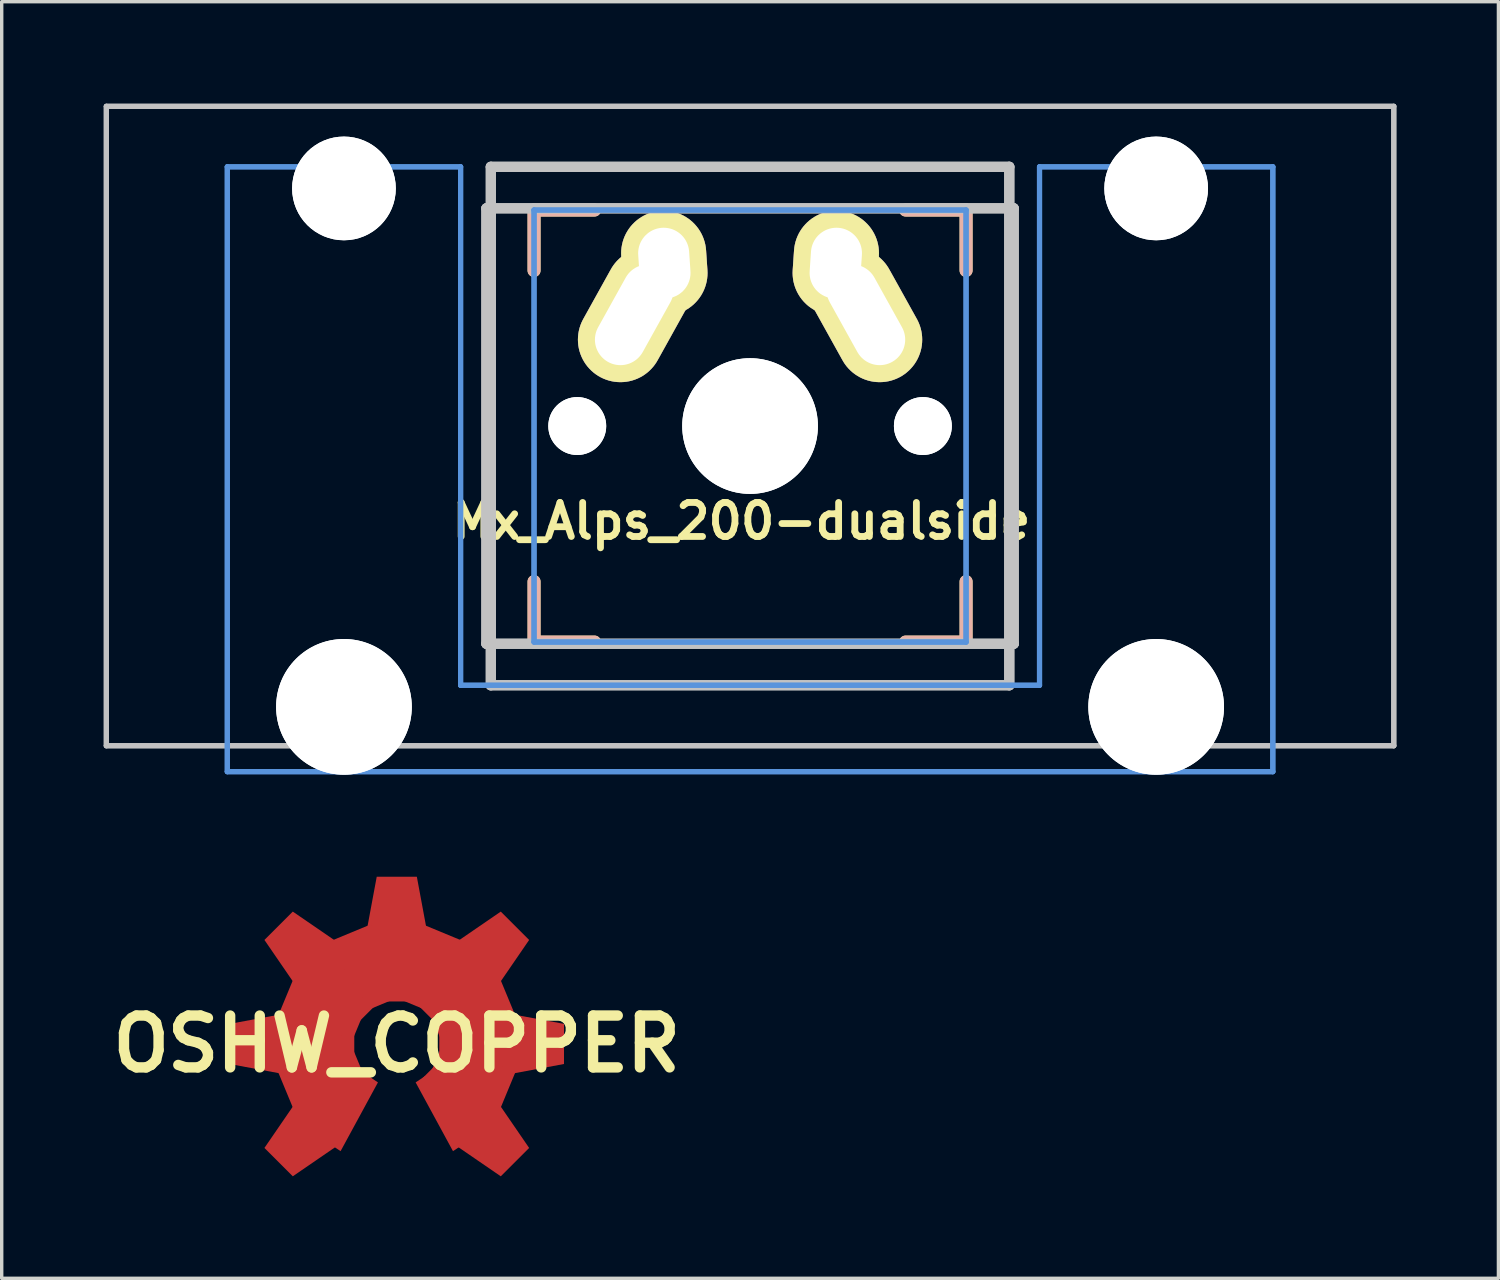
<source format=kicad_pcb>
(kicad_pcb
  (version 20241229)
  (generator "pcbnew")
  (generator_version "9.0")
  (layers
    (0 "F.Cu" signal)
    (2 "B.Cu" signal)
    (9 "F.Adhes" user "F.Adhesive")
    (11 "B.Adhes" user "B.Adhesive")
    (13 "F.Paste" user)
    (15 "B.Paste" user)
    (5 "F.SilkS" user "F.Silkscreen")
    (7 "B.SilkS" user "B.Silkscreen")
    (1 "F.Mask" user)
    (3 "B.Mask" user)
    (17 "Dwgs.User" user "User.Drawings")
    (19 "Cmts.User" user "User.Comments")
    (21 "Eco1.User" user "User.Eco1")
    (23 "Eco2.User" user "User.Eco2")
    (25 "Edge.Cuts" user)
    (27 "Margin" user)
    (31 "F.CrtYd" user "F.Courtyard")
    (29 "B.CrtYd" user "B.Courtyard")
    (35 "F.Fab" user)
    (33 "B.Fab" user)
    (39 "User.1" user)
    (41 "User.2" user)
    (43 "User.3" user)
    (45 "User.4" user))
  (footprint "Mx_Alps_200-dualside"
    (layer "F.Cu")
    (at 18.999 9.474)
    (property "Reference" "Mx_Alps_200-dualside" (at -0.254 2.794 0) (layer "F.SilkS") (effects (font (size 1 1) (thickness 0.2))))
    (attr through_hole)
    (fp_line (start -6.35 -6.35) (end -4.572 -6.35) (stroke (width 0.381) (type solid)) (layer "F.SilkS"))
    (fp_line (start -6.35 -4.572) (end -6.35 -6.35) (stroke (width 0.381) (type solid)) (layer "F.SilkS"))
    (fp_line (start -6.35 6.35) (end -6.35 4.572) (stroke (width 0.381) (type solid)) (layer "F.SilkS"))
    (fp_line (start -4.572 6.35) (end -6.35 6.35) (stroke (width 0.381) (type solid)) (layer "F.SilkS"))
    (fp_line (start 4.572 -6.35) (end 6.35 -6.35) (stroke (width 0.381) (type solid)) (layer "F.SilkS"))
    (fp_line (start 6.35 -6.35) (end 6.35 -4.572) (stroke (width 0.381) (type solid)) (layer "F.SilkS"))
    (fp_line (start 6.35 4.572) (end 6.35 6.35) (stroke (width 0.381) (type solid)) (layer "F.SilkS"))
    (fp_line (start 6.35 6.35) (end 4.572 6.35) (stroke (width 0.381) (type solid)) (layer "F.SilkS"))
    (fp_line (start -6.35 -6.35) (end -6.35 -4.572) (stroke (width 0.381) (type solid)) (layer "B.SilkS"))
    (fp_line (start -6.35 4.572) (end -6.35 6.35) (stroke (width 0.381) (type solid)) (layer "B.SilkS"))
    (fp_line (start -6.35 6.35) (end -4.572 6.35) (stroke (width 0.381) (type solid)) (layer "B.SilkS"))
    (fp_line (start -4.572 -6.35) (end -6.35 -6.35) (stroke (width 0.381) (type solid)) (layer "B.SilkS"))
    (fp_line (start 4.572 6.35) (end 6.35 6.35) (stroke (width 0.381) (type solid)) (layer "B.SilkS"))
    (fp_line (start 6.35 -6.35) (end 4.572 -6.35) (stroke (width 0.381) (type solid)) (layer "B.SilkS"))
    (fp_line (start 6.35 -4.572) (end 6.35 -6.35) (stroke (width 0.381) (type solid)) (layer "B.SilkS"))
    (fp_line (start 6.35 6.35) (end 6.35 4.572) (stroke (width 0.381) (type solid)) (layer "B.SilkS"))
    (fp_line (start -18.923 -9.398) (end -18.923 9.398) (stroke (width 0.152) (type solid)) (layer "Dwgs.User"))
    (fp_line (start -18.923 -9.398) (end 18.923 -9.398) (stroke (width 0.152) (type solid)) (layer "Dwgs.User"))
    (fp_line (start -18.923 9.398) (end -18.923 -9.398) (stroke (width 0.152) (type solid)) (layer "Dwgs.User"))
    (fp_line (start -18.923 9.398) (end 18.923 9.398) (stroke (width 0.152) (type solid)) (layer "Dwgs.User"))
    (fp_line (start -7.75 -6.4) (end 7.75 -6.4) (stroke (width 0.3) (type solid)) (layer "Dwgs.User"))
    (fp_line (start -7.75 6.4) (end -7.75 -6.4) (stroke (width 0.3) (type solid)) (layer "Dwgs.User"))
    (fp_line (start -7.75 6.4) (end -7.75 -6.4) (stroke (width 0.3) (type solid)) (layer "Dwgs.User"))
    (fp_line (start -7.75 6.4) (end 7.75 6.4) (stroke (width 0.3) (type solid)) (layer "Dwgs.User"))
    (fp_line (start -7.62 -7.62) (end -7.62 7.62) (stroke (width 0.3) (type solid)) (layer "Dwgs.User"))
    (fp_line (start -7.62 -7.62) (end 7.62 -7.62) (stroke (width 0.3) (type solid)) (layer "Dwgs.User"))
    (fp_line (start -7.62 7.62) (end -7.62 -7.62) (stroke (width 0.3) (type solid)) (layer "Dwgs.User"))
    (fp_line (start -7.62 7.62) (end 7.62 7.62) (stroke (width 0.3) (type solid)) (layer "Dwgs.User"))
    (fp_line (start 7.62 -7.62) (end -7.62 -7.62) (stroke (width 0.3) (type solid)) (layer "Dwgs.User"))
    (fp_line (start 7.62 -7.62) (end 7.62 7.62) (stroke (width 0.3) (type solid)) (layer "Dwgs.User"))
    (fp_line (start 7.62 7.62) (end -7.62 7.62) (stroke (width 0.3) (type solid)) (layer "Dwgs.User"))
    (fp_line (start 7.62 7.62) (end 7.62 -7.62) (stroke (width 0.3) (type solid)) (layer "Dwgs.User"))
    (fp_line (start 7.75 -6.4) (end -7.75 -6.4) (stroke (width 0.3) (type solid)) (layer "Dwgs.User"))
    (fp_line (start 7.75 6.4) (end -7.75 6.4) (stroke (width 0.3) (type solid)) (layer "Dwgs.User"))
    (fp_line (start 7.75 6.4) (end 7.75 -6.4) (stroke (width 0.3) (type solid)) (layer "Dwgs.User"))
    (fp_line (start 7.75 6.4) (end 7.75 -6.4) (stroke (width 0.3) (type solid)) (layer "Dwgs.User"))
    (fp_line (start 18.923 -9.398) (end -18.923 -9.398) (stroke (width 0.152) (type solid)) (layer "Dwgs.User"))
    (fp_line (start 18.923 -9.398) (end 18.923 9.398) (stroke (width 0.152) (type solid)) (layer "Dwgs.User"))
    (fp_line (start 18.923 9.398) (end -18.923 9.398) (stroke (width 0.152) (type solid)) (layer "Dwgs.User"))
    (fp_line (start 18.923 9.398) (end 18.923 -9.398) (stroke (width 0.152) (type solid)) (layer "Dwgs.User"))
    (fp_line (start -15.367 -7.62) (end -15.367 10.16) (stroke (width 0.152) (type solid)) (layer "Cmts.User"))
    (fp_line (start -15.367 -7.62) (end -8.509 -7.62) (stroke (width 0.152) (type solid)) (layer "Cmts.User"))
    (fp_line (start -15.367 10.16) (end -15.367 -7.62) (stroke (width 0.152) (type solid)) (layer "Cmts.User"))
    (fp_line (start -15.367 10.16) (end 15.367 10.16) (stroke (width 0.152) (type solid)) (layer "Cmts.User"))
    (fp_line (start -8.509 -7.62) (end -15.367 -7.62) (stroke (width 0.152) (type solid)) (layer "Cmts.User"))
    (fp_line (start -8.509 -7.62) (end -8.509 7.62) (stroke (width 0.152) (type solid)) (layer "Cmts.User"))
    (fp_line (start -8.509 7.62) (end -8.509 -7.62) (stroke (width 0.152) (type solid)) (layer "Cmts.User"))
    (fp_line (start -8.509 7.62) (end 8.509 7.62) (stroke (width 0.152) (type solid)) (layer "Cmts.User"))
    (fp_line (start -6.35 -6.35) (end -6.35 6.35) (stroke (width 0.152) (type solid)) (layer "Cmts.User"))
    (fp_line (start -6.35 -6.35) (end 6.35 -6.35) (stroke (width 0.152) (type solid)) (layer "Cmts.User"))
    (fp_line (start -6.35 6.35) (end -6.35 -6.35) (stroke (width 0.152) (type solid)) (layer "Cmts.User"))
    (fp_line (start -6.35 6.35) (end 6.35 6.35) (stroke (width 0.152) (type solid)) (layer "Cmts.User"))
    (fp_line (start 6.35 -6.35) (end -6.35 -6.35) (stroke (width 0.152) (type solid)) (layer "Cmts.User"))
    (fp_line (start 6.35 -6.35) (end 6.35 6.35) (stroke (width 0.152) (type solid)) (layer "Cmts.User"))
    (fp_line (start 6.35 6.35) (end -6.35 6.35) (stroke (width 0.152) (type solid)) (layer "Cmts.User"))
    (fp_line (start 6.35 6.35) (end 6.35 -6.35) (stroke (width 0.152) (type solid)) (layer "Cmts.User"))
    (fp_line (start 8.509 -7.62) (end 8.509 7.62) (stroke (width 0.152) (type solid)) (layer "Cmts.User"))
    (fp_line (start 8.509 -7.62) (end 15.367 -7.62) (stroke (width 0.152) (type solid)) (layer "Cmts.User"))
    (fp_line (start 8.509 7.62) (end -8.509 7.62) (stroke (width 0.152) (type solid)) (layer "Cmts.User"))
    (fp_line (start 8.509 7.62) (end 8.509 -7.62) (stroke (width 0.152) (type solid)) (layer "Cmts.User"))
    (fp_line (start 15.367 -7.62) (end 8.509 -7.62) (stroke (width 0.152) (type solid)) (layer "Cmts.User"))
    (fp_line (start 15.367 -7.62) (end 15.367 10.16) (stroke (width 0.152) (type solid)) (layer "Cmts.User"))
    (fp_line (start 15.367 10.16) (end -15.367 10.16) (stroke (width 0.152) (type solid)) (layer "Cmts.User"))
    (fp_line (start 15.367 10.16) (end 15.367 -7.62) (stroke (width 0.152) (type solid)) (layer "Cmts.User"))
    (fp_line (start -16.129 -2.286) (end -16.129 0.508) (stroke (width 0.152) (type solid)) (layer "Eco2.User"))
    (fp_line (start -16.129 -2.286) (end -15.265 -2.286) (stroke (width 0.152) (type solid)) (layer "Eco2.User"))
    (fp_line (start -16.129 0.508) (end -16.129 -2.286) (stroke (width 0.152) (type solid)) (layer "Eco2.User"))
    (fp_line (start -16.129 0.508) (end -15.265 0.508) (stroke (width 0.152) (type solid)) (layer "Eco2.User"))
    (fp_line (start -15.265 -5.69) (end -15.265 -2.286) (stroke (width 0.152) (type solid)) (layer "Eco2.User"))
    (fp_line (start -15.265 -5.69) (end -8.611 -5.69) (stroke (width 0.152) (type solid)) (layer "Eco2.User"))
    (fp_line (start -15.265 -2.286) (end -16.129 -2.286) (stroke (width 0.152) (type solid)) (layer "Eco2.User"))
    (fp_line (start -15.265 -2.286) (end -15.265 -5.69) (stroke (width 0.152) (type solid)) (layer "Eco2.User"))
    (fp_line (start -15.265 0.508) (end -16.129 0.508) (stroke (width 0.152) (type solid)) (layer "Eco2.User"))
    (fp_line (start -15.265 0.508) (end -15.265 6.604) (stroke (width 0.152) (type solid)) (layer "Eco2.User"))
    (fp_line (start -15.265 6.604) (end -15.265 0.508) (stroke (width 0.152) (type solid)) (layer "Eco2.User"))
    (fp_line (start -15.265 6.604) (end -14.224 6.604) (stroke (width 0.152) (type solid)) (layer "Eco2.User"))
    (fp_line (start -14.224 6.604) (end -15.265 6.604) (stroke (width 0.152) (type solid)) (layer "Eco2.User"))
    (fp_line (start -14.224 6.604) (end -14.224 7.772) (stroke (width 0.152) (type solid)) (layer "Eco2.User"))
    (fp_line (start -14.224 7.772) (end -14.224 6.604) (stroke (width 0.152) (type solid)) (layer "Eco2.User"))
    (fp_line (start -14.224 7.772) (end -9.652 7.772) (stroke (width 0.152) (type solid)) (layer "Eco2.User"))
    (fp_line (start -9.652 6.604) (end -9.652 7.772) (stroke (width 0.152) (type solid)) (layer "Eco2.User"))
    (fp_line (start -9.652 6.604) (end -8.611 6.604) (stroke (width 0.152) (type solid)) (layer "Eco2.User"))
    (fp_line (start -9.652 7.772) (end -14.224 7.772) (stroke (width 0.152) (type solid)) (layer "Eco2.User"))
    (fp_line (start -9.652 7.772) (end -9.652 6.604) (stroke (width 0.152) (type solid)) (layer "Eco2.User"))
    (fp_line (start -8.611 -5.69) (end -15.265 -5.69) (stroke (width 0.152) (type solid)) (layer "Eco2.User"))
    (fp_line (start -8.611 -5.69) (end -8.611 -4.877) (stroke (width 0.152) (type solid)) (layer "Eco2.User"))
    (fp_line (start -8.611 -4.877) (end -8.611 -5.69) (stroke (width 0.152) (type solid)) (layer "Eco2.User"))
    (fp_line (start -8.611 -4.877) (end -6.985 -4.877) (stroke (width 0.152) (type solid)) (layer "Eco2.User"))
    (fp_line (start -8.611 5.817) (end -8.611 6.604) (stroke (width 0.152) (type solid)) (layer "Eco2.User"))
    (fp_line (start -8.611 5.817) (end -6.985 5.817) (stroke (width 0.152) (type solid)) (layer "Eco2.User"))
    (fp_line (start -8.611 6.604) (end -9.652 6.604) (stroke (width 0.152) (type solid)) (layer "Eco2.User"))
    (fp_line (start -8.611 6.604) (end -8.611 5.817) (stroke (width 0.152) (type solid)) (layer "Eco2.User"))
    (fp_line (start -6.985 -6.985) (end -6.985 -4.877) (stroke (width 0.152) (type solid)) (layer "Eco2.User"))
    (fp_line (start -6.985 -6.985) (end 6.985 -6.985) (stroke (width 0.152) (type solid)) (layer "Eco2.User"))
    (fp_line (start -6.985 -4.877) (end -8.611 -4.877) (stroke (width 0.152) (type solid)) (layer "Eco2.User"))
    (fp_line (start -6.985 -4.877) (end -6.985 -6.985) (stroke (width 0.152) (type solid)) (layer "Eco2.User"))
    (fp_line (start -6.985 5.817) (end -8.611 5.817) (stroke (width 0.152) (type solid)) (layer "Eco2.User"))
    (fp_line (start -6.985 5.817) (end -6.985 6.985) (stroke (width 0.152) (type solid)) (layer "Eco2.User"))
    (fp_line (start -6.985 6.985) (end -6.985 5.817) (stroke (width 0.152) (type solid)) (layer "Eco2.User"))
    (fp_line (start -6.985 6.985) (end 6.985 6.985) (stroke (width 0.152) (type solid)) (layer "Eco2.User"))
    (fp_line (start 6.985 -6.985) (end -6.985 -6.985) (stroke (width 0.152) (type solid)) (layer "Eco2.User"))
    (fp_line (start 6.985 -6.985) (end 6.985 -4.877) (stroke (width 0.152) (type solid)) (layer "Eco2.User"))
    (fp_line (start 6.985 -4.877) (end 6.985 -6.985) (stroke (width 0.152) (type solid)) (layer "Eco2.User"))
    (fp_line (start 6.985 -4.877) (end 8.611 -4.877) (stroke (width 0.152) (type solid)) (layer "Eco2.User"))
    (fp_line (start 6.985 5.817) (end 6.985 6.985) (stroke (width 0.152) (type solid)) (layer "Eco2.User"))
    (fp_line (start 6.985 5.817) (end 8.611 5.817) (stroke (width 0.152) (type solid)) (layer "Eco2.User"))
    (fp_line (start 6.985 6.985) (end -6.985 6.985) (stroke (width 0.152) (type solid)) (layer "Eco2.User"))
    (fp_line (start 6.985 6.985) (end 6.985 5.817) (stroke (width 0.152) (type solid)) (layer "Eco2.User"))
    (fp_line (start 8.611 -5.69) (end 8.611 -4.877) (stroke (width 0.152) (type solid)) (layer "Eco2.User"))
    (fp_line (start 8.611 -5.69) (end 15.265 -5.69) (stroke (width 0.152) (type solid)) (layer "Eco2.User"))
    (fp_line (start 8.611 -4.877) (end 6.985 -4.877) (stroke (width 0.152) (type solid)) (layer "Eco2.User"))
    (fp_line (start 8.611 -4.877) (end 8.611 -5.69) (stroke (width 0.152) (type solid)) (layer "Eco2.User"))
    (fp_line (start 8.611 5.817) (end 6.985 5.817) (stroke (width 0.152) (type solid)) (layer "Eco2.User"))
    (fp_line (start 8.611 5.817) (end 8.611 6.604) (stroke (width 0.152) (type solid)) (layer "Eco2.User"))
    (fp_line (start 8.611 6.604) (end 8.611 5.817) (stroke (width 0.152) (type solid)) (layer "Eco2.User"))
    (fp_line (start 8.611 6.604) (end 9.652 6.604) (stroke (width 0.152) (type solid)) (layer "Eco2.User"))
    (fp_line (start 9.652 6.604) (end 8.611 6.604) (stroke (width 0.152) (type solid)) (layer "Eco2.User"))
    (fp_line (start 9.652 6.604) (end 9.652 7.772) (stroke (width 0.152) (type solid)) (layer "Eco2.User"))
    (fp_line (start 9.652 7.772) (end 9.652 6.604) (stroke (width 0.152) (type solid)) (layer "Eco2.User"))
    (fp_line (start 9.652 7.772) (end 14.224 7.772) (stroke (width 0.152) (type solid)) (layer "Eco2.User"))
    (fp_line (start 14.224 6.604) (end 14.224 7.772) (stroke (width 0.152) (type solid)) (layer "Eco2.User"))
    (fp_line (start 14.224 6.604) (end 15.265 6.604) (stroke (width 0.152) (type solid)) (layer "Eco2.User"))
    (fp_line (start 14.224 7.772) (end 9.652 7.772) (stroke (width 0.152) (type solid)) (layer "Eco2.User"))
    (fp_line (start 14.224 7.772) (end 14.224 6.604) (stroke (width 0.152) (type solid)) (layer "Eco2.User"))
    (fp_line (start 15.265 -5.69) (end 8.611 -5.69) (stroke (width 0.152) (type solid)) (layer "Eco2.User"))
    (fp_line (start 15.265 -5.69) (end 15.265 -2.286) (stroke (width 0.152) (type solid)) (layer "Eco2.User"))
    (fp_line (start 15.265 -2.286) (end 15.265 -5.69) (stroke (width 0.152) (type solid)) (layer "Eco2.User"))
    (fp_line (start 15.265 -2.286) (end 16.129 -2.286) (stroke (width 0.152) (type solid)) (layer "Eco2.User"))
    (fp_line (start 15.265 0.508) (end 15.265 6.604) (stroke (width 0.152) (type solid)) (layer "Eco2.User"))
    (fp_line (start 15.265 0.508) (end 16.129 0.508) (stroke (width 0.152) (type solid)) (layer "Eco2.User"))
    (fp_line (start 15.265 6.604) (end 14.224 6.604) (stroke (width 0.152) (type solid)) (layer "Eco2.User"))
    (fp_line (start 15.265 6.604) (end 15.265 0.508) (stroke (width 0.152) (type solid)) (layer "Eco2.User"))
    (fp_line (start 16.129 -2.286) (end 15.265 -2.286) (stroke (width 0.152) (type solid)) (layer "Eco2.User"))
    (fp_line (start 16.129 -2.286) (end 16.129 0.508) (stroke (width 0.152) (type solid)) (layer "Eco2.User"))
    (fp_line (start 16.129 0.508) (end 15.265 0.508) (stroke (width 0.152) (type solid)) (layer "Eco2.User"))
    (fp_line (start 16.129 0.508) (end 16.129 -2.286) (stroke (width 0.152) (type solid)) (layer "Eco2.User"))
    (pad "" np_thru_hole circle (at -11.938 -6.985) (size 3.048 3.048) (drill 3.048) (layers "*.Cu"))
    (pad "" np_thru_hole circle (at -11.938 -6.985) (size 3.048 3.048) (drill 3.048) (layers "*.Cu"))
    (pad "" np_thru_hole circle (at -11.938 8.255) (size 3.988 3.988) (drill 3.988) (layers "*.Cu"))
    (pad "" np_thru_hole circle (at -11.938 8.255) (size 3.988 3.988) (drill 3.988) (layers "*.Cu"))
    (pad "" np_thru_hole circle (at -5.08 0) (size 1.702 1.702) (drill 1.702) (layers "*.Cu"))
    (pad "" np_thru_hole circle (at -5.08 0) (size 1.702 1.702) (drill 1.702) (layers "*.Cu"))
    (pad "" np_thru_hole circle (at 0 0) (size 3.988 3.988) (drill 3.988) (layers "*.Cu"))
    (pad "" np_thru_hole circle (at 0 0) (size 3.988 3.988) (drill 3.988) (layers "*.Cu"))
    (pad "" np_thru_hole circle (at 5.08 0) (size 1.702 1.702) (drill 1.702) (layers "*.Cu"))
    (pad "" np_thru_hole circle (at 5.08 0) (size 1.702 1.702) (drill 1.702) (layers "*.Cu"))
    (pad "" np_thru_hole circle (at 11.938 -6.985) (size 3.048 3.048) (drill 3.048) (layers "*.Cu"))
    (pad "" np_thru_hole circle (at 11.938 -6.985) (size 3.048 3.048) (drill 3.048) (layers "*.Cu"))
    (pad "" np_thru_hole circle (at 11.938 8.255) (size 3.988 3.988) (drill 3.988) (layers "*.Cu"))
    (pad "" np_thru_hole circle (at 11.938 8.255) (size 3.988 3.988) (drill 3.988) (layers "*.Cu"))
    (pad "1" thru_hole oval (at 2.52 -4.79 356.1) (size 2.5 3.08) (drill oval 1.5 2.08) (layers "*.Cu" "*.Mask" "F.SilkS"))
    (pad "1" thru_hole oval (at 3.405 -3.27 29.05) (size 2.5 4.17) (drill oval 1.5 3.17) (layers "*.Cu" "*.Mask" "F.SilkS"))
    (pad "2" thru_hole oval (at -3.405 -3.27 330.95) (size 2.5 4.17) (drill oval 1.5 3.17) (layers "*.Cu" "*.Mask" "F.SilkS"))
    (pad "2" thru_hole oval (at -2.52 -4.79 3.9) (size 2.5 3.08) (drill oval 1.5 2.08) (layers "*.Cu" "*.Mask" "F.SilkS")))
  (footprint "OSHW_COPPER"
    (layer "F.Cu")
    (at 8.614 27.638)
    (property "Reference" "OSHW_COPPER" (at 0 0 0) (layer "F.SilkS") (effects (font (size 1.524 1.524) (thickness 0.305))))
    (attr through_hole)
    (pad "" smd trapezoid (at -4.166 0 270) (size 1.458 1.499) (rect_delta 0 -0.279) (layers "F.Cu" "F.Mask" "F.Paste"))
    (pad "" smd trapezoid (at -2.944 -2.944 225) (size 1.458 1.499) (rect_delta 0 -0.279) (layers "F.Cu" "F.Mask" "F.Paste"))
    (pad "" smd trapezoid (at -2.944 2.944 315) (size 1.458 1.499) (rect_delta 0 -0.279) (layers "F.Cu" "F.Mask" "F.Paste"))
    (pad "" smd trapezoid (at -2.395 0 270) (size 1.082 2.291) (rect_delta 0 0.414) (layers "F.Cu" "F.Mask" "F.Paste"))
    (pad "" smd trapezoid (at -2.212 -0.914 247.5) (size 1.082 2.291) (rect_delta 0 0.414) (layers "F.Cu" "F.Mask" "F.Paste"))
    (pad "" smd trapezoid (at -2.212 0.914 292.5) (size 1.082 2.291) (rect_delta 0 0.414) (layers "F.Cu" "F.Mask" "F.Paste"))
    (pad "" smd trapezoid (at -1.692 -1.692 225) (size 1.082 2.291) (rect_delta 0 0.414) (layers "F.Cu" "F.Mask" "F.Paste"))
    (pad "" smd trapezoid (at -1.692 1.692 315) (size 1.082 2.291) (rect_delta 0 0.414) (layers "F.Cu" "F.Mask" "F.Paste"))
    (pad "" smd trapezoid (at -1.328 1.991 326.3) (size 0.541 2.291) (rect_delta 0 0.208) (layers "F.Cu" "F.Mask" "F.Paste"))
    (pad "" smd trapezoid (at -0.914 -2.212 202.5) (size 1.082 2.291) (rect_delta 0 0.414) (layers "F.Cu" "F.Mask" "F.Paste"))
    (pad "" smd trapezoid (at 0 -4.166 180) (size 1.458 1.499) (rect_delta 0 -0.279) (layers "F.Cu" "F.Mask" "F.Paste"))
    (pad "" smd trapezoid (at 0 -2.395 180) (size 1.082 2.291) (rect_delta 0 0.414) (layers "F.Cu" "F.Mask" "F.Paste"))
    (pad "" smd trapezoid (at 0.914 -2.212 157.5) (size 1.082 2.291) (rect_delta 0 0.414) (layers "F.Cu" "F.Mask" "F.Paste"))
    (pad "" smd trapezoid (at 1.328 1.991 33.7) (size 0.541 2.291) (rect_delta 0 0.208) (layers "F.Cu" "F.Mask" "F.Paste"))
    (pad "" smd trapezoid (at 1.692 -1.692 135) (size 1.082 2.291) (rect_delta 0 0.414) (layers "F.Cu" "F.Mask" "F.Paste"))
    (pad "" smd trapezoid (at 1.692 1.692 45) (size 1.082 2.291) (rect_delta 0 0.414) (layers "F.Cu" "F.Mask" "F.Paste"))
    (pad "" smd trapezoid (at 2.212 -0.914 112.5) (size 1.082 2.291) (rect_delta 0 0.414) (layers "F.Cu" "F.Mask" "F.Paste"))
    (pad "" smd trapezoid (at 2.212 0.914 67.5) (size 1.082 2.291) (rect_delta 0 0.414) (layers "F.Cu" "F.Mask" "F.Paste"))
    (pad "" smd trapezoid (at 2.395 0 90) (size 1.082 2.291) (rect_delta 0 0.414) (layers "F.Cu" "F.Mask" "F.Paste"))
    (pad "" smd trapezoid (at 2.944 -2.944 135) (size 1.458 1.499) (rect_delta 0 -0.279) (layers "F.Cu" "F.Mask" "F.Paste"))
    (pad "" smd trapezoid (at 2.944 2.944 45) (size 1.458 1.499) (rect_delta 0 -0.279) (layers "F.Cu" "F.Mask" "F.Paste"))
    (pad "" smd trapezoid (at 4.166 0 90) (size 1.458 1.499) (rect_delta 0 -0.279) (layers "F.Cu" "F.Mask" "F.Paste")))
  (gr_rect
    (start -3 -3)
    (end 40.998 34.528)
    (stroke (width 0.1) (type default))
    (fill no)
    (layer "Edge.Cuts")))
</source>
